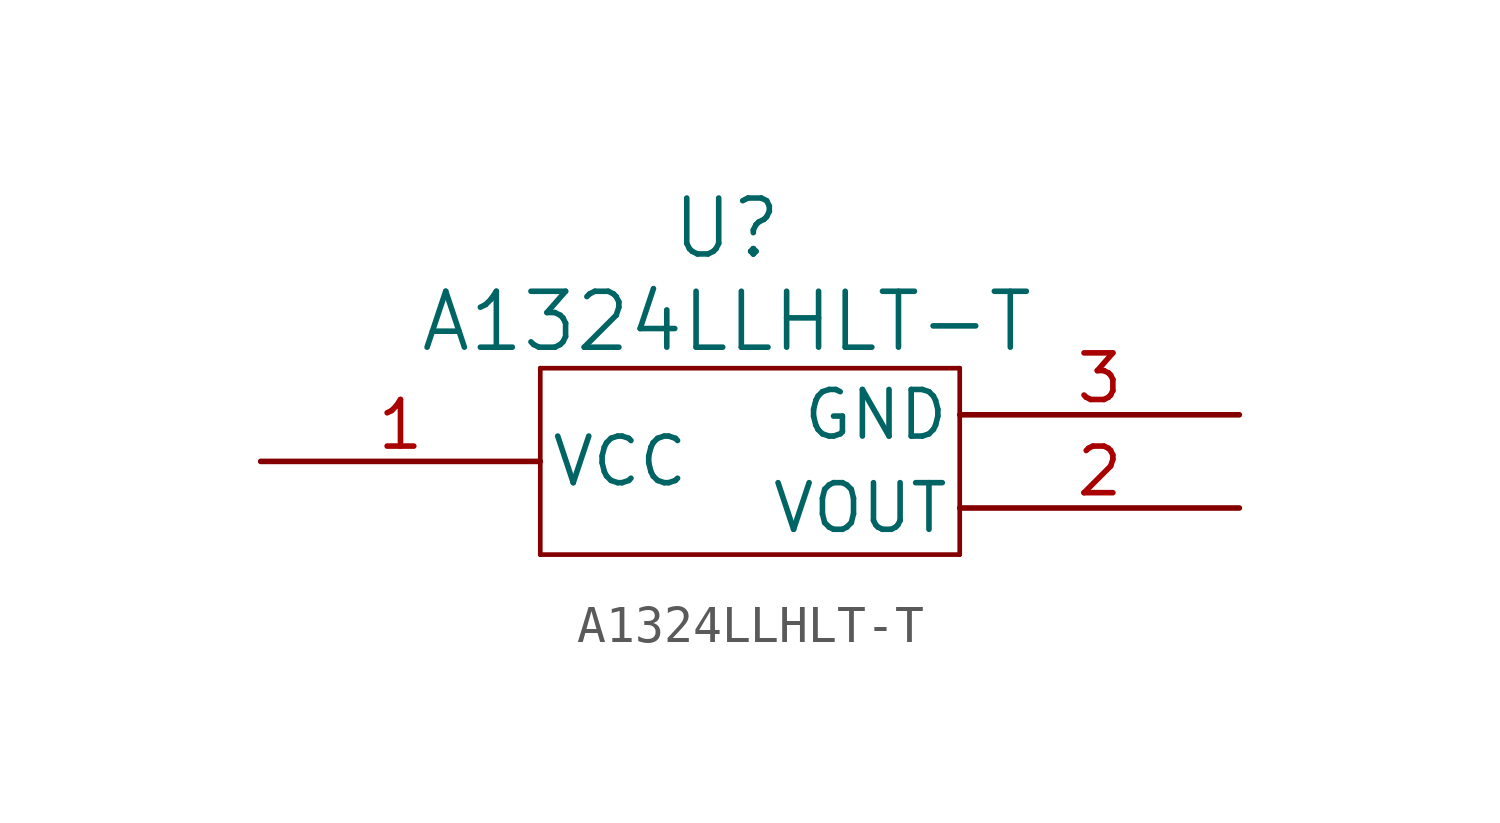
<source format=kicad_sym>
(kicad_symbol_lib
  (version 20241209)
  (generator "kicad_symbol_editor")
  (generator_version "9.0")
  (symbol "A1324LLHLT-T"
    (pin_names
      (offset 0.254))
    (property "Reference" "U"
      (at 20.32 10.16 0)
      (effects (font (size 1.524 1.524))))
    (property "Value" "A1324LLHLT-T"
      (at 20.32 7.62 0)
      (effects (font (size 1.524 1.524))))
    (property "ki_locked" ""
      (at 0 0 0)
      (effects (font (size 1.27 1.27))))
    (symbol "A1324LLHLT-T_0_1"
      (polyline (pts (xy 15.24 6.35) (xy 15.24 1.27)) (stroke (width 0.127) (type default)) (fill (type none)))
      (polyline (pts (xy 15.24 1.27) (xy 26.67 1.27)) (stroke (width 0.127) (type default)) (fill (type none)))
      (polyline (pts (xy 26.67 6.35) (xy 15.24 6.35)) (stroke (width 0.127) (type default)) (fill (type none)))
      (polyline (pts (xy 26.67 1.27) (xy 26.67 6.35)) (stroke (width 0.127) (type default)) (fill (type none)))
      (pin power_in line (at 7.62 3.81 0) (length 7.62) (name "VCC" (effects (font (size 1.27 1.27)))) (number "1" (effects (font (size 1.27 1.27)))))
      (pin power_out line (at 34.29 5.08 180) (length 7.62) (name "GND" (effects (font (size 1.27 1.27)))) (number "3" (effects (font (size 1.27 1.27)))))
      (pin output line (at 34.29 2.54 180) (length 7.62) (name "VOUT" (effects (font (size 1.27 1.27)))) (number "2" (effects (font (size 1.27 1.27))))))))
</source>
